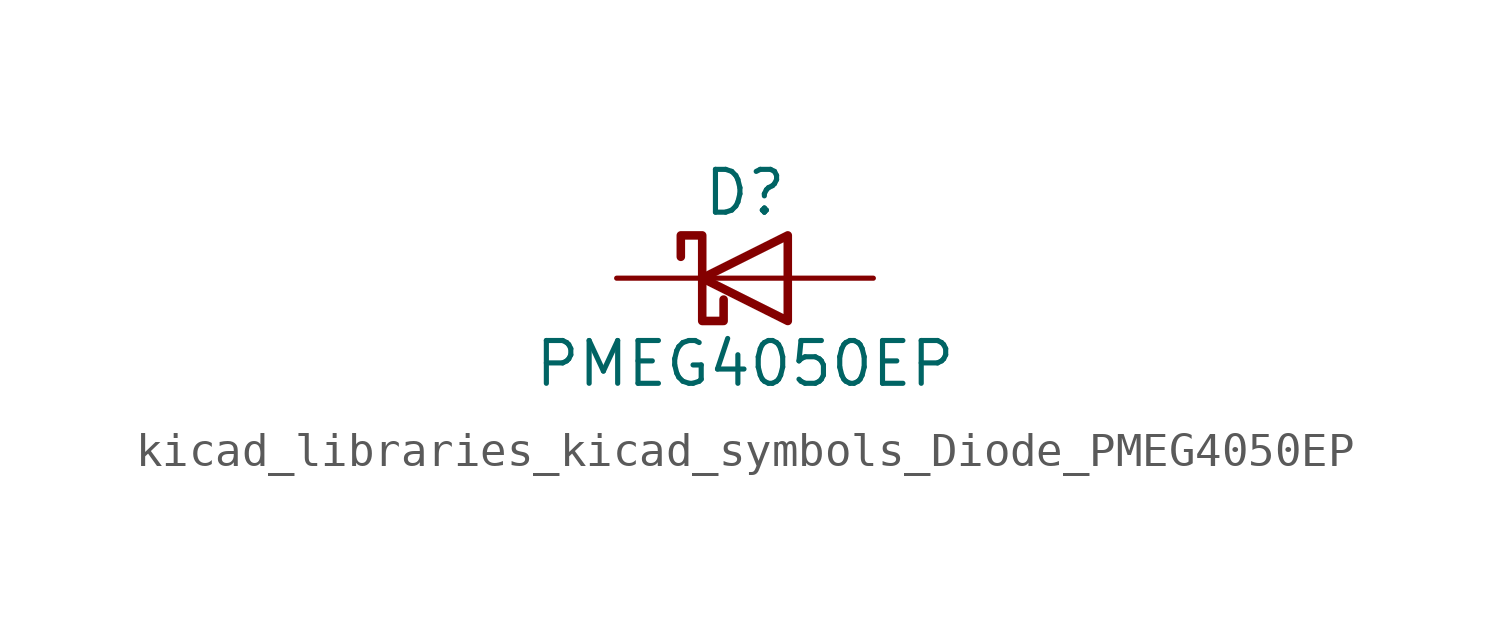
<source format=kicad_sym>
(kicad_symbol_lib
  (version 20220914)
  (generator kicad_symbol_editor)
  (symbol "kicad_libraries_kicad_symbols_Diode_PMEG4050EP"
    (pin_numbers hide)
    (pin_names hide)
    (property "Reference" "D"
      (at 0 2.54 0)
      (effects (font (size 1.27 1.27))))
    (property "Value" "PMEG4050EP"
      (at 0 -2.54 0)
      (effects (font (size 1.27 1.27))))
    (symbol "kicad_libraries_kicad_symbols_Diode_PMEG4050EP_0_1"
      (polyline (pts (xy 1.27 0) (xy -1.27 0)) (stroke (width 0) (type default)) (fill (type none)))
      (polyline (pts (xy 1.27 1.27) (xy 1.27 -1.27) (xy -1.27 0) (xy 1.27 1.27)) (stroke (width 0.254) (type default)) (fill (type none)))
      (polyline (pts (xy -1.905 0.635) (xy -1.905 1.27) (xy -1.27 1.27) (xy -1.27 -1.27) (xy -0.635 -1.27) (xy -0.635 -0.635)) (stroke (width 0.254) (type default)) (fill (type none))))
    (symbol "kicad_libraries_kicad_symbols_Diode_PMEG4050EP_1_1"
      (pin passive line (at -3.81 0 0) (length 2.54) (name "K" (effects (font (size 1.27 1.27)))) (number "1" (effects (font (size 1.27 1.27)))))
      (pin passive line (at 3.81 0 180) (length 2.54) (name "A" (effects (font (size 1.27 1.27)))) (number "2" (effects (font (size 1.27 1.27))))))))
</source>
